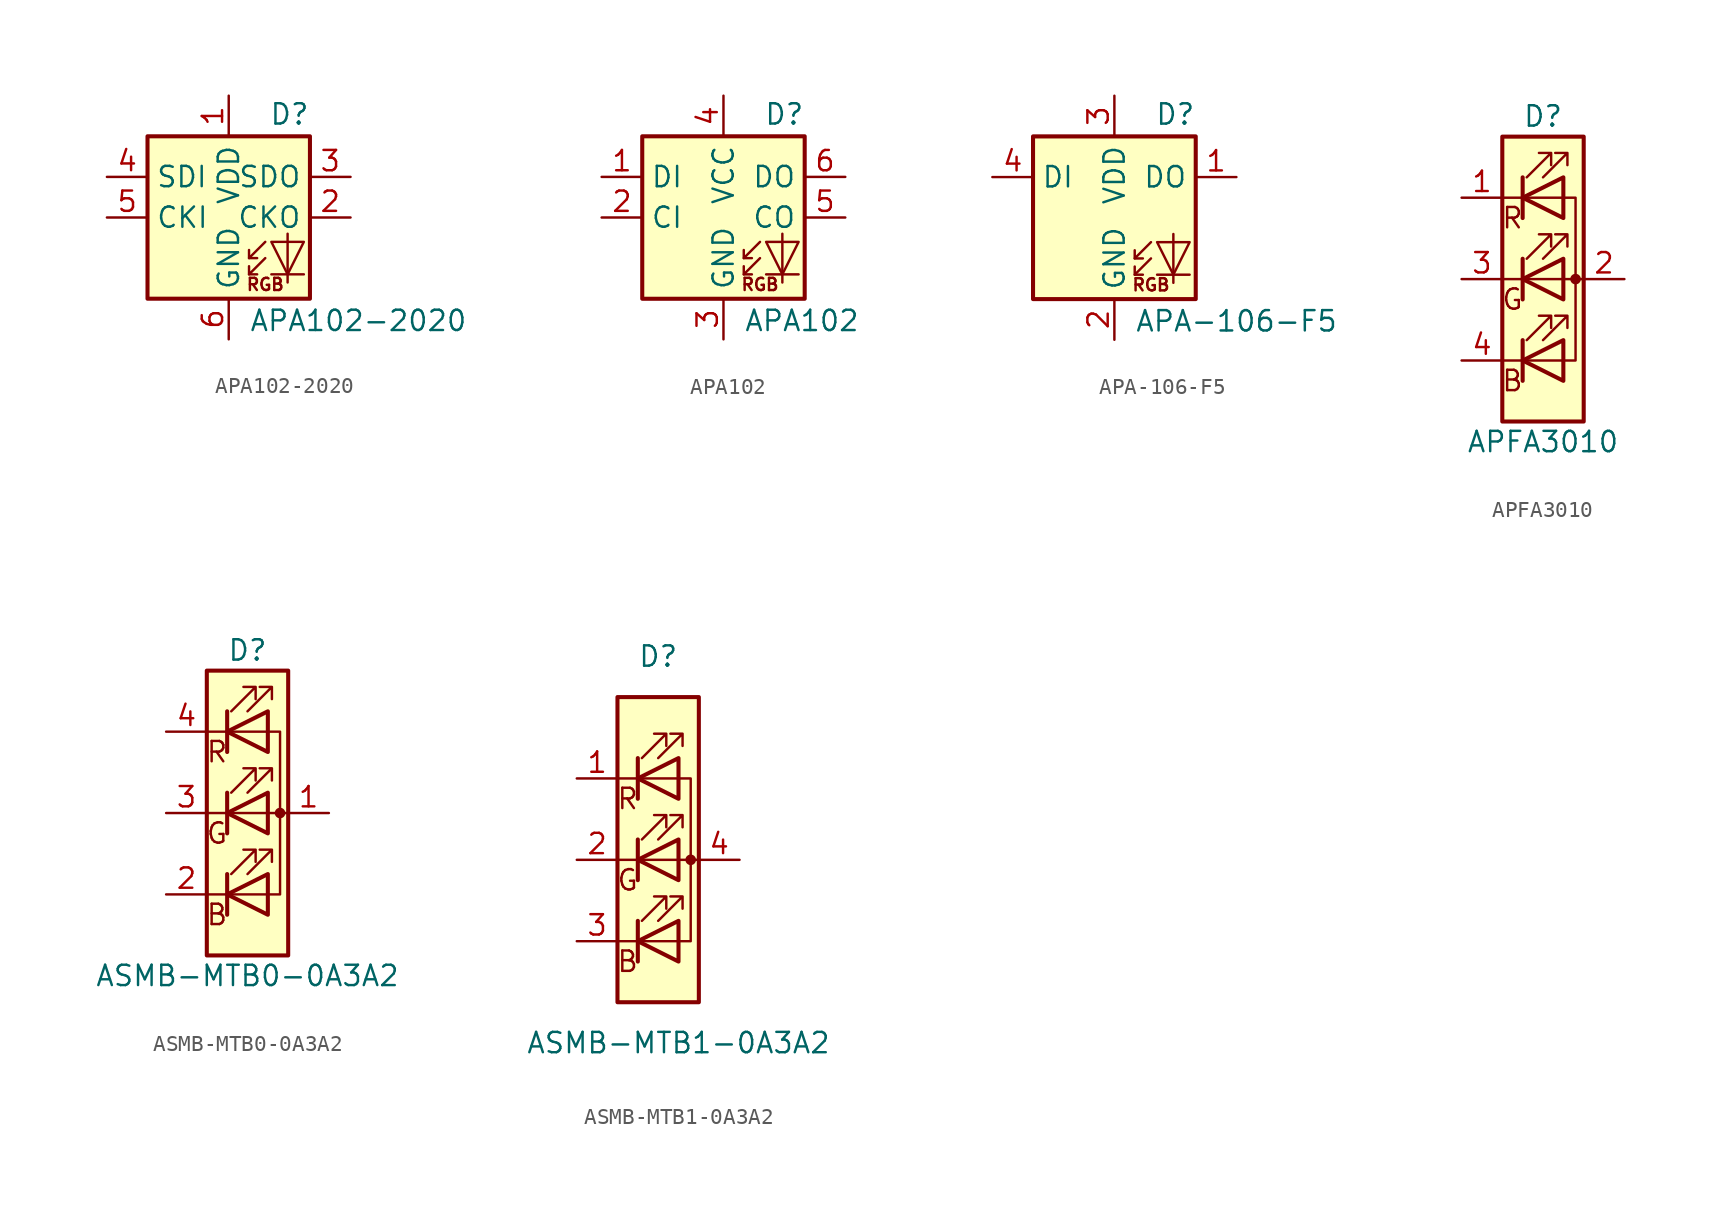
<source format=kicad_sym>
(kicad_symbol_lib
  (version 20220914)
  (generator kicad_symbol_editor)
  (symbol "APA102-2020"
    (property "Reference" "D"
      (at 5.08 5.715 0)
      (effects (font (size 1.27 1.27)) (justify right bottom)))
    (property "Value" "APA102-2020"
      (at 1.27 -5.715 0)
      (effects (font (size 1.27 1.27)) (justify left top)))
    (symbol "APA102-2020_0_0"
      (text "RGB" (at 2.286 -4.191 0) (effects (font (size 0.762 0.762)))))
    (symbol "APA102-2020_0_1"
      (polyline (pts (xy 1.27 -3.556) (xy 1.778 -3.556)) (stroke (width 0) (type solid)) (fill (type none)))
      (polyline (pts (xy 1.27 -2.54) (xy 1.778 -2.54)) (stroke (width 0) (type solid)) (fill (type none)))
      (polyline (pts (xy 4.699 -3.556) (xy 2.667 -3.556)) (stroke (width 0) (type solid)) (fill (type none)))
      (polyline (pts (xy 2.286 -2.54) (xy 1.27 -3.556) (xy 1.27 -3.048)) (stroke (width 0) (type solid)) (fill (type none)))
      (polyline (pts (xy 2.286 -1.524) (xy 1.27 -2.54) (xy 1.27 -2.032)) (stroke (width 0) (type solid)) (fill (type none)))
      (polyline (pts (xy 3.683 -1.016) (xy 3.683 -3.556) (xy 3.683 -4.064)) (stroke (width 0) (type solid)) (fill (type none)))
      (polyline (pts (xy 4.699 -1.524) (xy 2.667 -1.524) (xy 3.683 -3.556) (xy 4.699 -1.524)) (stroke (width 0) (type solid)) (fill (type none)))
      (rectangle (start 5.08 5.08) (end -5.08 -5.08) (stroke (width 0.254) (type solid)) (fill (type background))))
    (symbol "APA102-2020_1_1"
      (pin power_in line (at 0 7.62 270) (length 2.54) (name "VDD" (effects (font (size 1.27 1.27)))) (number "1" (effects (font (size 1.27 1.27)))))
      (pin output line (at 7.62 0 180) (length 2.54) (name "CKO" (effects (font (size 1.27 1.27)))) (number "2" (effects (font (size 1.27 1.27)))))
      (pin output line (at 7.62 2.54 180) (length 2.54) (name "SDO" (effects (font (size 1.27 1.27)))) (number "3" (effects (font (size 1.27 1.27)))))
      (pin input line (at -7.62 2.54 0) (length 2.54) (name "SDI" (effects (font (size 1.27 1.27)))) (number "4" (effects (font (size 1.27 1.27)))))
      (pin input line (at -7.62 0 0) (length 2.54) (name "CKI" (effects (font (size 1.27 1.27)))) (number "5" (effects (font (size 1.27 1.27)))))
      (pin power_in line (at 0 -7.62 90) (length 2.54) (name "GND" (effects (font (size 1.27 1.27)))) (number "6" (effects (font (size 1.27 1.27)))))))
  (symbol "APA102"
    (property "Reference" "D"
      (at 5.08 5.715 0)
      (effects (font (size 1.27 1.27)) (justify right bottom)))
    (property "Value" "APA102"
      (at 1.27 -5.715 0)
      (effects (font (size 1.27 1.27)) (justify left top)))
    (symbol "APA102_0_0"
      (text "RGB" (at 2.286 -4.191 0) (effects (font (size 0.762 0.762)))))
    (symbol "APA102_0_1"
      (polyline (pts (xy 1.27 -3.556) (xy 1.778 -3.556)) (stroke (width 0) (type solid)) (fill (type none)))
      (polyline (pts (xy 1.27 -2.54) (xy 1.778 -2.54)) (stroke (width 0) (type solid)) (fill (type none)))
      (polyline (pts (xy 4.699 -3.556) (xy 2.667 -3.556)) (stroke (width 0) (type solid)) (fill (type none)))
      (polyline (pts (xy 2.286 -2.54) (xy 1.27 -3.556) (xy 1.27 -3.048)) (stroke (width 0) (type solid)) (fill (type none)))
      (polyline (pts (xy 2.286 -1.524) (xy 1.27 -2.54) (xy 1.27 -2.032)) (stroke (width 0) (type solid)) (fill (type none)))
      (polyline (pts (xy 3.683 -1.016) (xy 3.683 -3.556) (xy 3.683 -4.064)) (stroke (width 0) (type solid)) (fill (type none)))
      (polyline (pts (xy 4.699 -1.524) (xy 2.667 -1.524) (xy 3.683 -3.556) (xy 4.699 -1.524)) (stroke (width 0) (type solid)) (fill (type none)))
      (rectangle (start 5.08 5.08) (end -5.08 -5.08) (stroke (width 0.254) (type solid)) (fill (type background))))
    (symbol "APA102_1_1"
      (pin input line (at -7.62 2.54 0) (length 2.54) (name "DI" (effects (font (size 1.27 1.27)))) (number "1" (effects (font (size 1.27 1.27)))))
      (pin input line (at -7.62 0 0) (length 2.54) (name "CI" (effects (font (size 1.27 1.27)))) (number "2" (effects (font (size 1.27 1.27)))))
      (pin power_in line (at 0 -7.62 90) (length 2.54) (name "GND" (effects (font (size 1.27 1.27)))) (number "3" (effects (font (size 1.27 1.27)))))
      (pin power_in line (at 0 7.62 270) (length 2.54) (name "VCC" (effects (font (size 1.27 1.27)))) (number "4" (effects (font (size 1.27 1.27)))))
      (pin output line (at 7.62 0 180) (length 2.54) (name "CO" (effects (font (size 1.27 1.27)))) (number "5" (effects (font (size 1.27 1.27)))))
      (pin output line (at 7.62 2.54 180) (length 2.54) (name "DO" (effects (font (size 1.27 1.27)))) (number "6" (effects (font (size 1.27 1.27)))))))
  (symbol "APA-106-F5"
    (property "Reference" "D"
      (at 5.08 5.715 0)
      (effects (font (size 1.27 1.27)) (justify right bottom)))
    (property "Value" "APA-106-F5"
      (at 1.27 -5.715 0)
      (effects (font (size 1.27 1.27)) (justify left top)))
    (symbol "APA-106-F5_0_0"
      (text "RGB" (at 2.286 -4.191 0) (effects (font (size 0.762 0.762)))))
    (symbol "APA-106-F5_0_1"
      (polyline (pts (xy 1.27 -3.556) (xy 1.778 -3.556)) (stroke (width 0) (type solid)) (fill (type none)))
      (polyline (pts (xy 1.27 -2.54) (xy 1.778 -2.54)) (stroke (width 0) (type solid)) (fill (type none)))
      (polyline (pts (xy 4.699 -3.556) (xy 2.667 -3.556)) (stroke (width 0) (type solid)) (fill (type none)))
      (polyline (pts (xy 2.286 -2.54) (xy 1.27 -3.556) (xy 1.27 -3.048)) (stroke (width 0) (type solid)) (fill (type none)))
      (polyline (pts (xy 2.286 -1.524) (xy 1.27 -2.54) (xy 1.27 -2.032)) (stroke (width 0) (type solid)) (fill (type none)))
      (polyline (pts (xy 3.683 -1.016) (xy 3.683 -3.556) (xy 3.683 -4.064)) (stroke (width 0) (type solid)) (fill (type none)))
      (polyline (pts (xy 4.699 -1.524) (xy 2.667 -1.524) (xy 3.683 -3.556) (xy 4.699 -1.524)) (stroke (width 0) (type solid)) (fill (type none)))
      (rectangle (start 5.08 5.08) (end -5.08 -5.08) (stroke (width 0.254) (type solid)) (fill (type background))))
    (symbol "APA-106-F5_1_1"
      (pin output line (at 7.62 2.54 180) (length 2.54) (name "DO" (effects (font (size 1.27 1.27)))) (number "1" (effects (font (size 1.27 1.27)))))
      (pin power_in line (at 0 -7.62 90) (length 2.54) (name "GND" (effects (font (size 1.27 1.27)))) (number "2" (effects (font (size 1.27 1.27)))))
      (pin power_in line (at 0 7.62 270) (length 2.54) (name "VDD" (effects (font (size 1.27 1.27)))) (number "3" (effects (font (size 1.27 1.27)))))
      (pin input line (at -7.62 2.54 0) (length 2.54) (name "DI" (effects (font (size 1.27 1.27)))) (number "4" (effects (font (size 1.27 1.27)))))))
  (symbol "APFA3010"
    (pin_names
      (offset 0) hide)
    (property "Reference" "D"
      (at 0 10.16 0)
      (effects (font (size 1.27 1.27))))
    (property "Value" "APFA3010"
      (at 0 -10.16 0)
      (effects (font (size 1.27 1.27))))
    (symbol "APFA3010_0_0"
      (text "B" (at -1.905 -6.35 0) (effects (font (size 1.27 1.27))))
      (text "G" (at -1.905 -1.27 0) (effects (font (size 1.27 1.27))))
      (text "R" (at -1.905 3.81 0) (effects (font (size 1.27 1.27)))))
    (symbol "APFA3010_0_1"
      (rectangle (start -2.54 -8.89) (end 2.54 8.89) (stroke (width 0.254) (type solid)) (fill (type background)))
      (polyline (pts (xy -2.54 -5.08) (xy 1.27 -5.08)) (stroke (width 0) (type solid)) (fill (type none)))
      (polyline (pts (xy -1.27 -3.81) (xy -1.27 -6.35)) (stroke (width 0.254) (type solid)) (fill (type none)))
      (polyline (pts (xy -1.27 1.27) (xy -1.27 -1.27)) (stroke (width 0.254) (type solid)) (fill (type none)))
      (polyline (pts (xy -1.27 6.35) (xy -1.27 3.81)) (stroke (width 0.254) (type solid)) (fill (type none)))
      (polyline (pts (xy 1.27 5.08) (xy -2.54 5.08)) (stroke (width 0) (type solid)) (fill (type none)))
      (polyline (pts (xy 2.54 0) (xy -2.54 0)) (stroke (width 0) (type solid)) (fill (type none)))
      (polyline (pts (xy 1.27 -5.08) (xy 2.032 -5.08) (xy 2.032 5.08) (xy 1.27 5.08)) (stroke (width 0) (type solid)) (fill (type none)))
      (polyline (pts (xy 1.27 -3.81) (xy 1.27 -6.35) (xy -1.27 -5.08) (xy 1.27 -3.81)) (stroke (width 0.254) (type solid)) (fill (type none)))
      (polyline (pts (xy 1.27 1.27) (xy 1.27 -1.27) (xy -1.27 0) (xy 1.27 1.27)) (stroke (width 0.254) (type solid)) (fill (type none)))
      (polyline (pts (xy 1.27 6.35) (xy 1.27 3.81) (xy -1.27 5.08) (xy 1.27 6.35)) (stroke (width 0.254) (type solid)) (fill (type none)))
      (polyline (pts (xy -1.016 -3.81) (xy 0.508 -2.286) (xy -0.254 -2.286) (xy 0.508 -2.286) (xy 0.508 -3.048)) (stroke (width 0) (type solid)) (fill (type none)))
      (polyline (pts (xy -1.016 1.27) (xy 0.508 2.794) (xy -0.254 2.794) (xy 0.508 2.794) (xy 0.508 2.032)) (stroke (width 0) (type solid)) (fill (type none)))
      (polyline (pts (xy -1.016 6.35) (xy 0.508 7.874) (xy -0.254 7.874) (xy 0.508 7.874) (xy 0.508 7.112)) (stroke (width 0) (type solid)) (fill (type none)))
      (polyline (pts (xy 0 -3.81) (xy 1.524 -2.286) (xy 0.762 -2.286) (xy 1.524 -2.286) (xy 1.524 -3.048)) (stroke (width 0) (type solid)) (fill (type none)))
      (polyline (pts (xy 0 1.27) (xy 1.524 2.794) (xy 0.762 2.794) (xy 1.524 2.794) (xy 1.524 2.032)) (stroke (width 0) (type solid)) (fill (type none)))
      (polyline (pts (xy 0 6.35) (xy 1.524 7.874) (xy 0.762 7.874) (xy 1.524 7.874) (xy 1.524 7.112)) (stroke (width 0) (type solid)) (fill (type none)))
      (rectangle (start 1.27 6.35) (end 1.27 6.35) (stroke (width 0) (type solid)) (fill (type none)))
      (circle (center 2.032 0) (radius 0.254) (stroke (width 0) (type solid)) (fill (type outline))))
    (symbol "APFA3010_1_1"
      (pin input line (at -5.08 5.08 0) (length 2.54) (name "R" (effects (font (size 1.27 1.27)))) (number "1" (effects (font (size 1.27 1.27)))))
      (pin power_in line (at 5.08 0 180) (length 2.54) (name "A" (effects (font (size 1.27 1.27)))) (number "2" (effects (font (size 1.27 1.27)))))
      (pin input line (at -5.08 0 0) (length 2.54) (name "G" (effects (font (size 1.27 1.27)))) (number "3" (effects (font (size 1.27 1.27)))))
      (pin input line (at -5.08 -5.08 0) (length 2.54) (name "B" (effects (font (size 1.27 1.27)))) (number "4" (effects (font (size 1.27 1.27)))))))
  (symbol "ASMB-MTB0-0A3A2"
    (pin_names
      (offset 0) hide)
    (property "Reference" "D"
      (at 0 10.16 0)
      (effects (font (size 1.27 1.27))))
    (property "Value" "ASMB-MTB0-0A3A2"
      (at 0 -10.16 0)
      (effects (font (size 1.27 1.27))))
    (symbol "ASMB-MTB0-0A3A2_0_0"
      (text "B" (at -1.905 -6.35 0) (effects (font (size 1.27 1.27))))
      (text "G" (at -1.905 -1.27 0) (effects (font (size 1.27 1.27))))
      (text "R" (at -1.905 3.81 0) (effects (font (size 1.27 1.27)))))
    (symbol "ASMB-MTB0-0A3A2_0_1"
      (rectangle (start -2.54 -8.89) (end 2.54 8.89) (stroke (width 0.254) (type solid)) (fill (type background)))
      (polyline (pts (xy -2.54 -5.08) (xy 1.27 -5.08)) (stroke (width 0) (type solid)) (fill (type none)))
      (polyline (pts (xy -1.27 -3.81) (xy -1.27 -6.35)) (stroke (width 0.254) (type solid)) (fill (type none)))
      (polyline (pts (xy -1.27 1.27) (xy -1.27 -1.27)) (stroke (width 0.254) (type solid)) (fill (type none)))
      (polyline (pts (xy -1.27 6.35) (xy -1.27 3.81)) (stroke (width 0.254) (type solid)) (fill (type none)))
      (polyline (pts (xy 1.27 5.08) (xy -2.54 5.08)) (stroke (width 0) (type solid)) (fill (type none)))
      (polyline (pts (xy 2.54 0) (xy -2.54 0)) (stroke (width 0) (type solid)) (fill (type none)))
      (polyline (pts (xy 1.27 -5.08) (xy 2.032 -5.08) (xy 2.032 5.08) (xy 1.27 5.08)) (stroke (width 0) (type solid)) (fill (type none)))
      (polyline (pts (xy 1.27 -3.81) (xy 1.27 -6.35) (xy -1.27 -5.08) (xy 1.27 -3.81)) (stroke (width 0.254) (type solid)) (fill (type none)))
      (polyline (pts (xy 1.27 1.27) (xy 1.27 -1.27) (xy -1.27 0) (xy 1.27 1.27)) (stroke (width 0.254) (type solid)) (fill (type none)))
      (polyline (pts (xy 1.27 6.35) (xy 1.27 3.81) (xy -1.27 5.08) (xy 1.27 6.35)) (stroke (width 0.254) (type solid)) (fill (type none)))
      (polyline (pts (xy -1.016 -3.81) (xy 0.508 -2.286) (xy -0.254 -2.286) (xy 0.508 -2.286) (xy 0.508 -3.048)) (stroke (width 0) (type solid)) (fill (type none)))
      (polyline (pts (xy -1.016 1.27) (xy 0.508 2.794) (xy -0.254 2.794) (xy 0.508 2.794) (xy 0.508 2.032)) (stroke (width 0) (type solid)) (fill (type none)))
      (polyline (pts (xy -1.016 6.35) (xy 0.508 7.874) (xy -0.254 7.874) (xy 0.508 7.874) (xy 0.508 7.112)) (stroke (width 0) (type solid)) (fill (type none)))
      (polyline (pts (xy 0 -3.81) (xy 1.524 -2.286) (xy 0.762 -2.286) (xy 1.524 -2.286) (xy 1.524 -3.048)) (stroke (width 0) (type solid)) (fill (type none)))
      (polyline (pts (xy 0 1.27) (xy 1.524 2.794) (xy 0.762 2.794) (xy 1.524 2.794) (xy 1.524 2.032)) (stroke (width 0) (type solid)) (fill (type none)))
      (polyline (pts (xy 0 6.35) (xy 1.524 7.874) (xy 0.762 7.874) (xy 1.524 7.874) (xy 1.524 7.112)) (stroke (width 0) (type solid)) (fill (type none)))
      (rectangle (start 1.27 6.35) (end 1.27 6.35) (stroke (width 0) (type solid)) (fill (type none)))
      (circle (center 2.032 0) (radius 0.254) (stroke (width 0) (type solid)) (fill (type outline))))
    (symbol "ASMB-MTB0-0A3A2_1_1"
      (pin passive line (at 5.08 0 180) (length 2.54) (name "A" (effects (font (size 1.27 1.27)))) (number "1" (effects (font (size 1.27 1.27)))))
      (pin passive line (at -5.08 -5.08 0) (length 2.54) (name "BK" (effects (font (size 1.27 1.27)))) (number "2" (effects (font (size 1.27 1.27)))))
      (pin passive line (at -5.08 0 0) (length 2.54) (name "GK" (effects (font (size 1.27 1.27)))) (number "3" (effects (font (size 1.27 1.27)))))
      (pin passive line (at -5.08 5.08 0) (length 2.54) (name "RK" (effects (font (size 1.27 1.27)))) (number "4" (effects (font (size 1.27 1.27)))))))
  (symbol "ASMB-MTB1-0A3A2"
    (pin_names
      (offset 0) hide)
    (property "Reference" "D"
      (at 0 12.7 0)
      (effects (font (size 1.27 1.27))))
    (property "Value" "ASMB-MTB1-0A3A2"
      (at 1.27 -11.43 0)
      (effects (font (size 1.27 1.27))))
    (symbol "ASMB-MTB1-0A3A2_0_0"
      (text "B" (at -1.905 -6.35 0) (effects (font (size 1.27 1.27))))
      (text "G" (at -1.905 -1.27 0) (effects (font (size 1.27 1.27))))
      (text "R" (at -1.905 3.81 0) (effects (font (size 1.27 1.27)))))
    (symbol "ASMB-MTB1-0A3A2_0_1"
      (polyline (pts (xy -2.54 -5.08) (xy 1.27 -5.08)) (stroke (width 0) (type solid)) (fill (type none)))
      (polyline (pts (xy -1.27 -3.81) (xy -1.27 -6.35)) (stroke (width 0.254) (type solid)) (fill (type none)))
      (polyline (pts (xy -1.27 1.27) (xy -1.27 -1.27)) (stroke (width 0.254) (type solid)) (fill (type none)))
      (polyline (pts (xy -1.27 6.35) (xy -1.27 3.81)) (stroke (width 0.254) (type solid)) (fill (type none)))
      (polyline (pts (xy 1.27 5.08) (xy -2.54 5.08)) (stroke (width 0) (type solid)) (fill (type none)))
      (polyline (pts (xy 2.54 0) (xy -2.54 0)) (stroke (width 0) (type solid)) (fill (type none)))
      (polyline (pts (xy 1.27 -5.08) (xy 2.032 -5.08) (xy 2.032 5.08) (xy 1.27 5.08)) (stroke (width 0) (type solid)) (fill (type none)))
      (polyline (pts (xy 1.27 -3.81) (xy 1.27 -6.35) (xy -1.27 -5.08) (xy 1.27 -3.81)) (stroke (width 0.254) (type solid)) (fill (type none)))
      (polyline (pts (xy 1.27 1.27) (xy 1.27 -1.27) (xy -1.27 0) (xy 1.27 1.27)) (stroke (width 0.254) (type solid)) (fill (type none)))
      (polyline (pts (xy 1.27 6.35) (xy 1.27 3.81) (xy -1.27 5.08) (xy 1.27 6.35)) (stroke (width 0.254) (type solid)) (fill (type none)))
      (polyline (pts (xy -1.016 -3.81) (xy 0.508 -2.286) (xy -0.254 -2.286) (xy 0.508 -2.286) (xy 0.508 -3.048)) (stroke (width 0) (type solid)) (fill (type none)))
      (polyline (pts (xy -1.016 1.27) (xy 0.508 2.794) (xy -0.254 2.794) (xy 0.508 2.794) (xy 0.508 2.032)) (stroke (width 0) (type solid)) (fill (type none)))
      (polyline (pts (xy -1.016 6.35) (xy 0.508 7.874) (xy -0.254 7.874) (xy 0.508 7.874) (xy 0.508 7.112)) (stroke (width 0) (type solid)) (fill (type none)))
      (polyline (pts (xy 0 -3.81) (xy 1.524 -2.286) (xy 0.762 -2.286) (xy 1.524 -2.286) (xy 1.524 -3.048)) (stroke (width 0) (type solid)) (fill (type none)))
      (polyline (pts (xy 0 1.27) (xy 1.524 2.794) (xy 0.762 2.794) (xy 1.524 2.794) (xy 1.524 2.032)) (stroke (width 0) (type solid)) (fill (type none)))
      (polyline (pts (xy 0 6.35) (xy 1.524 7.874) (xy 0.762 7.874) (xy 1.524 7.874) (xy 1.524 7.112)) (stroke (width 0) (type solid)) (fill (type none)))
      (rectangle (start 1.27 6.35) (end 1.27 6.35) (stroke (width 0) (type solid)) (fill (type none)))
      (circle (center 2.032 0) (radius 0.254) (stroke (width 0) (type solid)) (fill (type outline)))
      (rectangle (start 2.54 -8.89) (end -2.54 10.16) (stroke (width 0.254) (type solid)) (fill (type background))))
    (symbol "ASMB-MTB1-0A3A2_1_1"
      (pin passive line (at -5.08 5.08 0) (length 2.54) (name "RK" (effects (font (size 1.27 1.27)))) (number "1" (effects (font (size 1.27 1.27)))))
      (pin passive line (at -5.08 0 0) (length 2.54) (name "GK" (effects (font (size 1.27 1.27)))) (number "2" (effects (font (size 1.27 1.27)))))
      (pin passive line (at -5.08 -5.08 0) (length 2.54) (name "BK" (effects (font (size 1.27 1.27)))) (number "3" (effects (font (size 1.27 1.27)))))
      (pin passive line (at 5.08 0 180) (length 2.54) (name "A" (effects (font (size 1.27 1.27)))) (number "4" (effects (font (size 1.27 1.27))))))))
</source>
